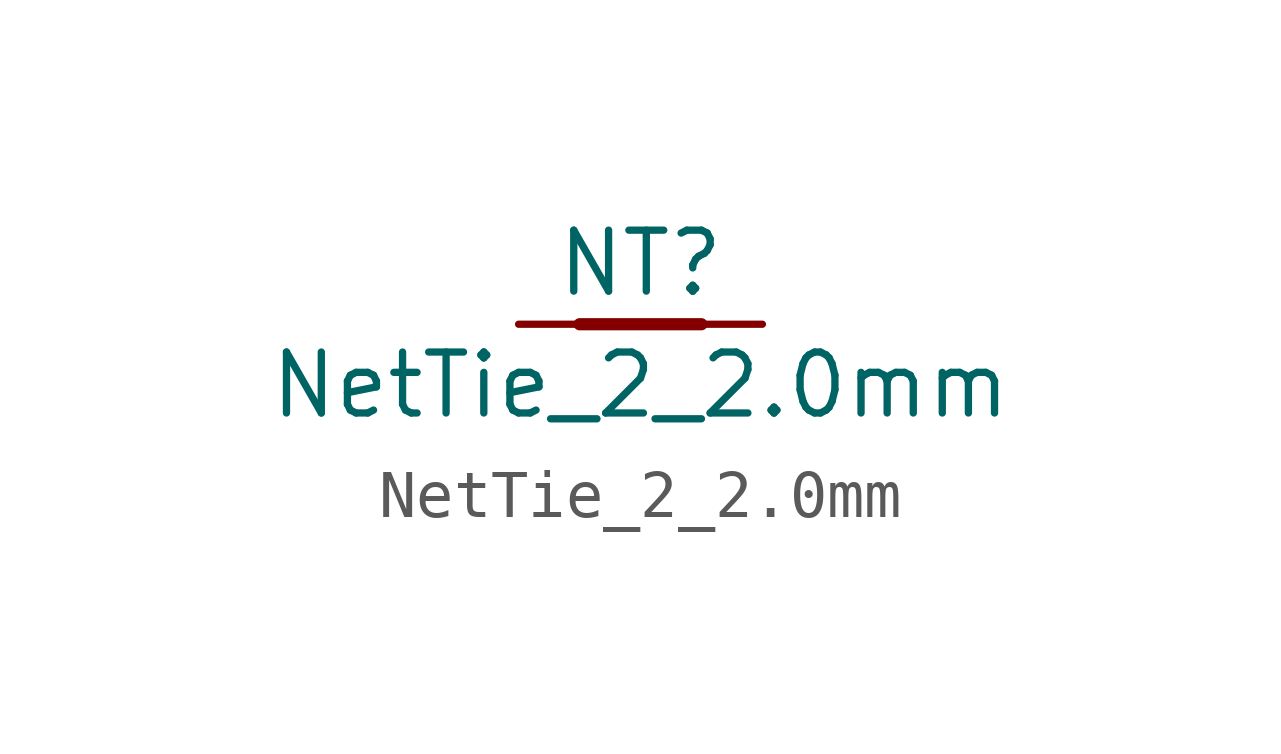
<source format=kicad_sym>
(kicad_symbol_lib
  (version 20231120)
  (generator "kicad_symbol_editor")
  (generator_version "8.0")
  (symbol "NetTie_2_2.0mm"
    (pin_numbers hide)
    (pin_names
      (offset 0) hide)
    (property "Reference" "NT"
      (at 0 1.27 0)
      (effects (font (size 1.27 1.27))))
    (property "Value" "NetTie_2_2.0mm"
      (at 0 -1.27 0)
      (effects (font (size 1.27 1.27))))
    (symbol "NetTie_2_2.0mm_0_1"
      (polyline (pts (xy -1.27 0) (xy 1.27 0)) (stroke (width 0.254) (type default)) (fill (type none))))
    (symbol "NetTie_2_2.0mm_1_1"
      (pin passive line (at -2.54 0 0) (length 2.54) (name "1" (effects (font (size 1.27 1.27)))) (number "1" (effects (font (size 1.27 1.27)))))
      (pin passive line (at 2.54 0 180) (length 2.54) (name "2" (effects (font (size 1.27 1.27)))) (number "2" (effects (font (size 1.27 1.27))))))))
</source>
